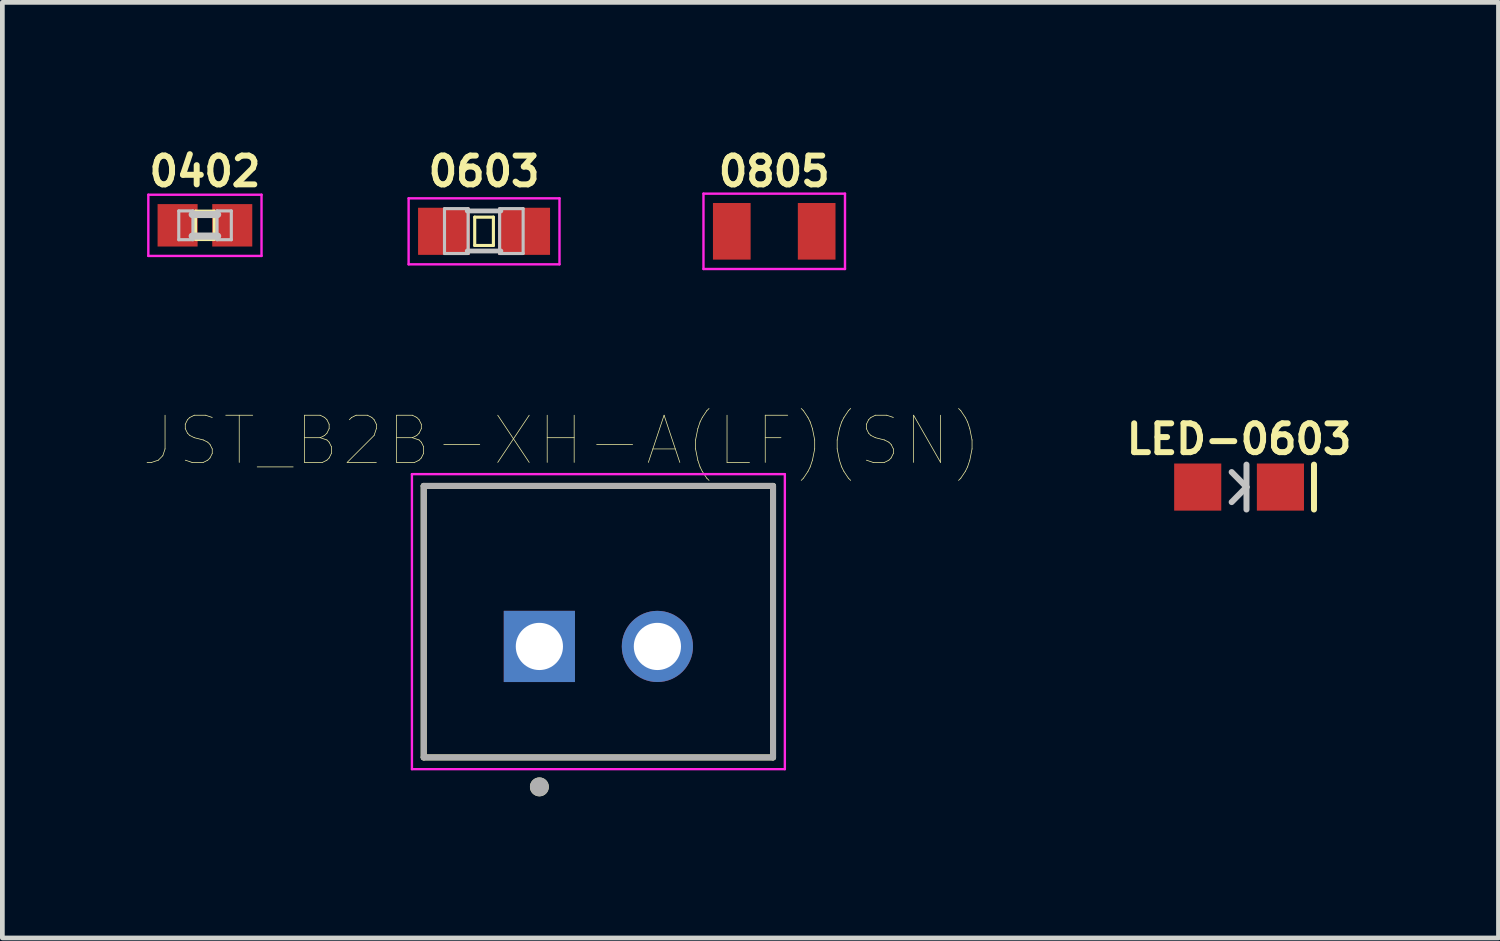
<source format=kicad_pcb>
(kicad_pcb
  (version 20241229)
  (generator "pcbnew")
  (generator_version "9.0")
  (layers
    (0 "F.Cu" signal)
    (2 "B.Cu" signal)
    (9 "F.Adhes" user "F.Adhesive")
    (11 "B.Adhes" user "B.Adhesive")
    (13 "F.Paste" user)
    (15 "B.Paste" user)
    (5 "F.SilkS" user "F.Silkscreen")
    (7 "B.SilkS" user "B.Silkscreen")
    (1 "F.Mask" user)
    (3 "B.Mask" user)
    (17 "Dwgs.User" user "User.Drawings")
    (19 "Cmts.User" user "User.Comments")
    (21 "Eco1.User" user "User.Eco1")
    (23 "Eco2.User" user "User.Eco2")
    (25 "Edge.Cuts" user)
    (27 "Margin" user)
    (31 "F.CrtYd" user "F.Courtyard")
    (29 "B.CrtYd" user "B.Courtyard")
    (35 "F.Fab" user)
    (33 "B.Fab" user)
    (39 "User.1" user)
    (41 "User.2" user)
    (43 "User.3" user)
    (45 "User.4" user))
  (footprint "LED-0603"
    (layer "F.Cu")
    (at 23.198 7.268)
    (property "Reference" "LED-0603" (at 0 -1.016 0) (layer "F.SilkS") (effects (font (size 0.61 0.61) (thickness 0.127))))
    (attr smd)
    (fp_line (start 1.587 -0.475) (end 1.587 0.475) (stroke (width 0.127) (type solid)) (layer "F.SilkS"))
    (fp_line (start 0.157 -0.475) (end 0.157 0) (stroke (width 0.127) (type solid)) (layer "Dwgs.User"))
    (fp_line (start 0.157 0) (end -0.157 -0.318) (stroke (width 0.127) (type solid)) (layer "Dwgs.User"))
    (fp_line (start 0.157 0) (end -0.157 0.318) (stroke (width 0.127) (type solid)) (layer "Dwgs.User"))
    (fp_line (start 0.157 0) (end 0.157 0.475) (stroke (width 0.127) (type solid)) (layer "Dwgs.User"))
    (pad "A" smd rect (at -0.876 0 270) (size 0.998 0.998) (layers "F.Cu" "F.Mask" "F.Paste"))
    (pad "C" smd rect (at 0.876 0 270) (size 0.998 0.998) (layers "F.Cu" "F.Mask" "F.Paste")))
  (footprint "0603"
    (layer "F.Cu")
    (at 7.204 1.85)
    (property "Reference" "0603" (at 0 -1.27 0) (layer "F.SilkS") (effects (font (size 0.61 0.61) (thickness 0.127))))
    (attr smd)
    (fp_line (start -0.198 -0.3) (end 0.198 -0.3) (stroke (width 0.066) (type solid)) (layer "F.SilkS"))
    (fp_line (start -0.198 0.3) (end -0.198 -0.3) (stroke (width 0.066) (type solid)) (layer "F.SilkS"))
    (fp_line (start -0.198 0.3) (end 0.198 0.3) (stroke (width 0.066) (type solid)) (layer "F.SilkS"))
    (fp_line (start 0.198 0.3) (end 0.198 -0.3) (stroke (width 0.066) (type solid)) (layer "F.SilkS"))
    (fp_line (start -0.838 -0.48) (end -0.338 -0.48) (stroke (width 0.066) (type solid)) (layer "Dwgs.User"))
    (fp_line (start -0.838 0.47) (end -0.838 -0.48) (stroke (width 0.066) (type solid)) (layer "Dwgs.User"))
    (fp_line (start -0.838 0.47) (end -0.338 0.47) (stroke (width 0.066) (type solid)) (layer "Dwgs.User"))
    (fp_line (start -0.356 -0.432) (end 0.356 -0.432) (stroke (width 0.102) (type solid)) (layer "Dwgs.User"))
    (fp_line (start -0.356 0.417) (end 0.356 0.417) (stroke (width 0.102) (type solid)) (layer "Dwgs.User"))
    (fp_line (start -0.338 0.47) (end -0.338 -0.48) (stroke (width 0.066) (type solid)) (layer "Dwgs.User"))
    (fp_line (start 0.33 -0.48) (end 0.828 -0.48) (stroke (width 0.066) (type solid)) (layer "Dwgs.User"))
    (fp_line (start 0.33 0.47) (end 0.33 -0.48) (stroke (width 0.066) (type solid)) (layer "Dwgs.User"))
    (fp_line (start 0.33 0.47) (end 0.828 0.47) (stroke (width 0.066) (type solid)) (layer "Dwgs.User"))
    (fp_line (start 0.828 0.47) (end 0.828 -0.48) (stroke (width 0.066) (type solid)) (layer "Dwgs.User"))
    (fp_line (start -1.598 -0.699) (end 1.598 -0.699) (stroke (width 0.051) (type solid)) (layer "F.CrtYd"))
    (fp_line (start -1.598 0.699) (end -1.598 -0.699) (stroke (width 0.051) (type solid)) (layer "F.CrtYd"))
    (fp_line (start 1.598 -0.699) (end 1.598 0.699) (stroke (width 0.051) (type solid)) (layer "F.CrtYd"))
    (fp_line (start 1.598 0.699) (end -1.598 0.699) (stroke (width 0.051) (type solid)) (layer "F.CrtYd"))
    (pad "1" smd rect (at -0.848 0) (size 1.1 0.998) (layers "F.Cu" "F.Mask" "F.Paste"))
    (pad "2" smd rect (at 0.848 0) (size 1.1 0.998) (layers "F.Cu" "F.Mask" "F.Paste")))
  (footprint "0402"
    (layer "F.Cu")
    (at 1.291 1.723)
    (property "Reference" "0402" (at 0 -1.143 0) (layer "F.SilkS") (effects (font (size 0.61 0.61) (thickness 0.127))))
    (attr smd)
    (fp_line (start -0.198 -0.3) (end 0.198 -0.3) (stroke (width 0.066) (type solid)) (layer "F.SilkS"))
    (fp_line (start -0.198 0.3) (end -0.198 -0.3) (stroke (width 0.066) (type solid)) (layer "F.SilkS"))
    (fp_line (start -0.198 0.3) (end 0.198 0.3) (stroke (width 0.066) (type solid)) (layer "F.SilkS"))
    (fp_line (start 0.198 0.3) (end 0.198 -0.3) (stroke (width 0.066) (type solid)) (layer "F.SilkS"))
    (fp_line (start -0.554 -0.305) (end -0.254 -0.305) (stroke (width 0.066) (type solid)) (layer "Dwgs.User"))
    (fp_line (start -0.554 0.305) (end -0.554 -0.305) (stroke (width 0.066) (type solid)) (layer "Dwgs.User"))
    (fp_line (start -0.554 0.305) (end -0.254 0.305) (stroke (width 0.066) (type solid)) (layer "Dwgs.User"))
    (fp_line (start -0.269 -0.229) (end 0.269 -0.229) (stroke (width 0.152) (type solid)) (layer "Dwgs.User"))
    (fp_line (start -0.254 0.305) (end -0.254 -0.305) (stroke (width 0.066) (type solid)) (layer "Dwgs.User"))
    (fp_line (start 0.257 -0.305) (end 0.559 -0.305) (stroke (width 0.066) (type solid)) (layer "Dwgs.User"))
    (fp_line (start 0.257 0.305) (end 0.257 -0.305) (stroke (width 0.066) (type solid)) (layer "Dwgs.User"))
    (fp_line (start 0.257 0.305) (end 0.559 0.305) (stroke (width 0.066) (type solid)) (layer "Dwgs.User"))
    (fp_line (start 0.269 0.229) (end -0.269 0.229) (stroke (width 0.152) (type solid)) (layer "Dwgs.User"))
    (fp_line (start 0.559 0.305) (end 0.559 -0.305) (stroke (width 0.066) (type solid)) (layer "Dwgs.User"))
    (fp_line (start -1.199 -0.648) (end 1.199 -0.648) (stroke (width 0.051) (type solid)) (layer "F.CrtYd"))
    (fp_line (start -1.199 0.648) (end -1.199 -0.648) (stroke (width 0.051) (type solid)) (layer "F.CrtYd"))
    (fp_line (start 1.199 -0.648) (end 1.199 0.648) (stroke (width 0.051) (type solid)) (layer "F.CrtYd"))
    (fp_line (start 1.199 0.648) (end -1.199 0.648) (stroke (width 0.051) (type solid)) (layer "F.CrtYd"))
    (pad "1" smd rect (at -0.579 0) (size 0.848 0.899) (layers "F.Cu" "F.Mask" "F.Paste"))
    (pad "2" smd rect (at 0.579 0) (size 0.848 0.899) (layers "F.Cu" "F.Mask" "F.Paste")))
  (footprint "0805"
    (layer "F.Cu")
    (at 13.351 1.85)
    (property "Reference" "0805" (at 0 -1.27 0) (layer "F.SilkS") (effects (font (size 0.61 0.61) (thickness 0.127))))
    (attr smd)
    (fp_line (start -1.499 -0.798) (end 1.499 -0.798) (stroke (width 0.051) (type solid)) (layer "F.CrtYd"))
    (fp_line (start -1.499 0.798) (end -1.499 -0.798) (stroke (width 0.051) (type solid)) (layer "F.CrtYd"))
    (fp_line (start 1.499 -0.798) (end 1.499 0.798) (stroke (width 0.051) (type solid)) (layer "F.CrtYd"))
    (fp_line (start 1.499 0.798) (end -1.499 0.798) (stroke (width 0.051) (type solid)) (layer "F.CrtYd"))
    (pad "1" smd rect (at -0.899 0) (size 0.798 1.199) (layers "F.Cu" "F.Mask" "F.Paste"))
    (pad "2" smd rect (at 0.899 0) (size 0.798 1.199) (layers "F.Cu" "F.Mask" "F.Paste")))
  (footprint "JST_B2B-XH-A(LF)(SN)"
    (layer "F.Cu")
    (at 9.626 10.119)
    (property "Reference" "JST_B2B-XH-A(LF)(SN)" (at -0.775 -3.835 0) (layer "F.SilkS") (effects (font (size 1 1) (thickness 0.015))))
    (attr through_hole)
    (fp_line (start -3.7 -2.875) (end 3.7 -2.875) (stroke (width 0.127) (type solid)) (layer "F.SilkS"))
    (fp_line (start -3.7 2.875) (end -3.7 -2.875) (stroke (width 0.127) (type solid)) (layer "F.SilkS"))
    (fp_line (start 3.7 -2.875) (end 3.7 2.875) (stroke (width 0.127) (type solid)) (layer "F.SilkS"))
    (fp_line (start 3.7 2.875) (end -3.7 2.875) (stroke (width 0.127) (type solid)) (layer "F.SilkS"))
    (fp_circle (center -1.25 3.5) (end -1.15 3.5) (stroke (width 0.2) (type solid)) (fill no) (layer "F.SilkS"))
    (fp_line (start -3.95 -3.125) (end 3.95 -3.125) (stroke (width 0.05) (type solid)) (layer "F.CrtYd"))
    (fp_line (start -3.95 3.125) (end -3.95 -3.125) (stroke (width 0.05) (type solid)) (layer "F.CrtYd"))
    (fp_line (start 3.95 -3.125) (end 3.95 3.125) (stroke (width 0.05) (type solid)) (layer "F.CrtYd"))
    (fp_line (start 3.95 3.125) (end -3.95 3.125) (stroke (width 0.05) (type solid)) (layer "F.CrtYd"))
    (fp_line (start -3.7 -2.875) (end 3.7 -2.875) (stroke (width 0.127) (type solid)) (layer "F.Fab"))
    (fp_line (start -3.7 2.875) (end -3.7 -2.875) (stroke (width 0.127) (type solid)) (layer "F.Fab"))
    (fp_line (start 3.7 -2.875) (end 3.7 2.875) (stroke (width 0.127) (type solid)) (layer "F.Fab"))
    (fp_line (start 3.7 2.875) (end -3.7 2.875) (stroke (width 0.127) (type solid)) (layer "F.Fab"))
    (fp_circle (center -1.25 3.5) (end -1.15 3.5) (stroke (width 0.2) (type solid)) (fill no) (layer "F.Fab"))
    (pad "1" thru_hole rect (at -1.25 0.525) (size 1.508 1.508) (drill 1) (layers "*.Cu" "*.Mask"))
    (pad "2" thru_hole circle (at 1.25 0.525) (size 1.508 1.508) (drill 1) (layers "*.Cu" "*.Mask")))
  (gr_rect
    (start -3 -3)
    (end 28.693 16.819)
    (stroke (width 0.1) (type default))
    (fill no)
    (layer "Edge.Cuts")))
</source>
